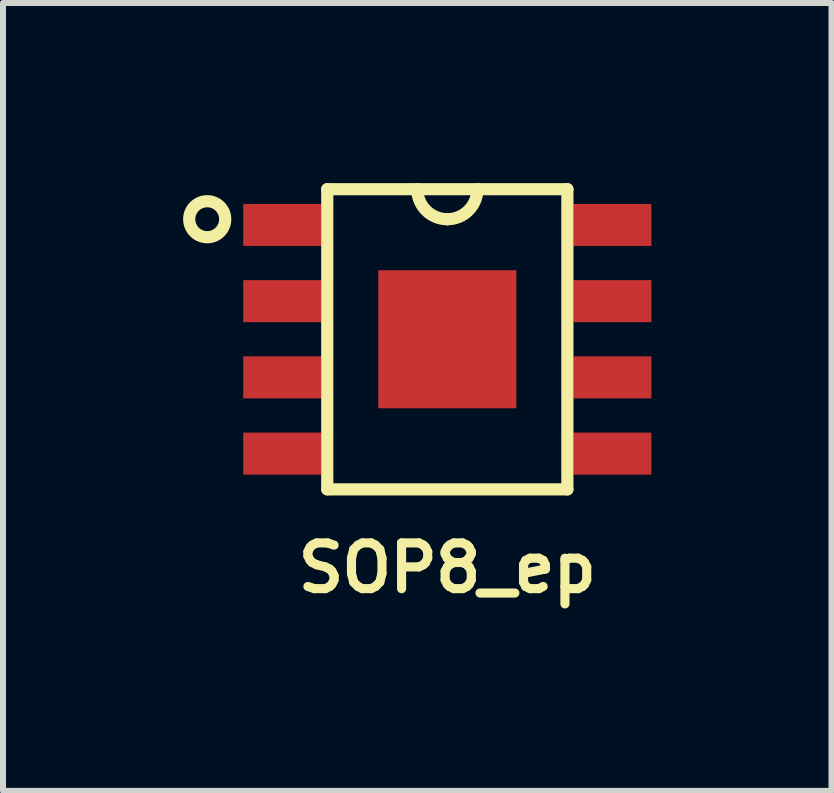
<source format=kicad_pcb>
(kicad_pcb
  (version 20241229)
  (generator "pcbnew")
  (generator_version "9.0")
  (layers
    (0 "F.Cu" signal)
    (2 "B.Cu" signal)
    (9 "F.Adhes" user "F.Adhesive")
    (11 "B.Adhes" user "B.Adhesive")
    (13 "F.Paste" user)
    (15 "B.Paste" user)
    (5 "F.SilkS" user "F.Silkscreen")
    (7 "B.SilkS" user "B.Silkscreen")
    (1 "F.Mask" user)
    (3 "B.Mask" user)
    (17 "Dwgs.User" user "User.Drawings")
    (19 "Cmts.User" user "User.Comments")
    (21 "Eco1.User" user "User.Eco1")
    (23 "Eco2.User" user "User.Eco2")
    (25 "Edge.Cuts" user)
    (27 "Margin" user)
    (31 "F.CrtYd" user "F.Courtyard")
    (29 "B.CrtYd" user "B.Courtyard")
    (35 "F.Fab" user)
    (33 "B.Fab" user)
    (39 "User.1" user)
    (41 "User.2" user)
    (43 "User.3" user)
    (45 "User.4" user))
  (footprint "SOP8_ep"
    (layer "F.Cu")
    (at 4.402 2.602)
    (property "Reference" "SOP8_ep" (at 0 3.81 0) (layer "F.SilkS") (effects (font (size 0.762 0.762) (thickness 0.152))))
    (attr smd)
    (fp_line (start -2 -2.5) (end -2 2.5) (stroke (width 0.203) (type solid)) (layer "F.SilkS"))
    (fp_line (start -2 2.5) (end 2 2.5) (stroke (width 0.203) (type solid)) (layer "F.SilkS"))
    (fp_line (start 2 -2.5) (end -2 -2.5) (stroke (width 0.203) (type solid)) (layer "F.SilkS"))
    (fp_line (start 2 2.5) (end 2 -2.5) (stroke (width 0.203) (type solid)) (layer "F.SilkS"))
    (fp_arc (start 0 -2) (mid -0.353553 -2.146447) (end -0.5 -2.5) (stroke (width 0.2032) (type solid)) (layer "F.SilkS"))
    (fp_arc (start 0.5 -2.5) (mid 0.353553 -2.146447) (end 0 -2) (stroke (width 0.2032) (type solid)) (layer "F.SilkS"))
    (fp_circle (center -4 -2) (end -3.7 -2) (stroke (width 0.203) (type solid)) (fill no) (layer "F.SilkS"))
    (pad "0" smd rect (at 0 0) (size 2.3 2.3) (layers "F.Cu" "F.Mask" "F.Paste"))
    (pad "1" smd rect (at -2.75 -1.905) (size 1.3 0.7) (layers "F.Cu" "F.Mask" "F.Paste"))
    (pad "2" smd rect (at -2.75 -0.635) (size 1.3 0.7) (layers "F.Cu" "F.Mask" "F.Paste"))
    (pad "3" smd rect (at -2.75 0.635) (size 1.3 0.7) (layers "F.Cu" "F.Mask" "F.Paste"))
    (pad "4" smd rect (at -2.75 1.905) (size 1.3 0.7) (layers "F.Cu" "F.Mask" "F.Paste"))
    (pad "5" smd rect (at 2.75 1.905) (size 1.3 0.7) (layers "F.Cu" "F.Mask" "F.Paste"))
    (pad "6" smd rect (at 2.75 0.635) (size 1.3 0.7) (layers "F.Cu" "F.Mask" "F.Paste"))
    (pad "7" smd rect (at 2.75 -0.635) (size 1.3 0.7) (layers "F.Cu" "F.Mask" "F.Paste"))
    (pad "8" smd rect (at 2.75 -1.905) (size 1.3 0.7) (layers "F.Cu" "F.Mask" "F.Paste")))
  (gr_rect
    (start -3 -3)
    (end 10.802 10.125)
    (stroke (width 0.1) (type default))
    (fill no)
    (layer "Edge.Cuts")))
</source>
